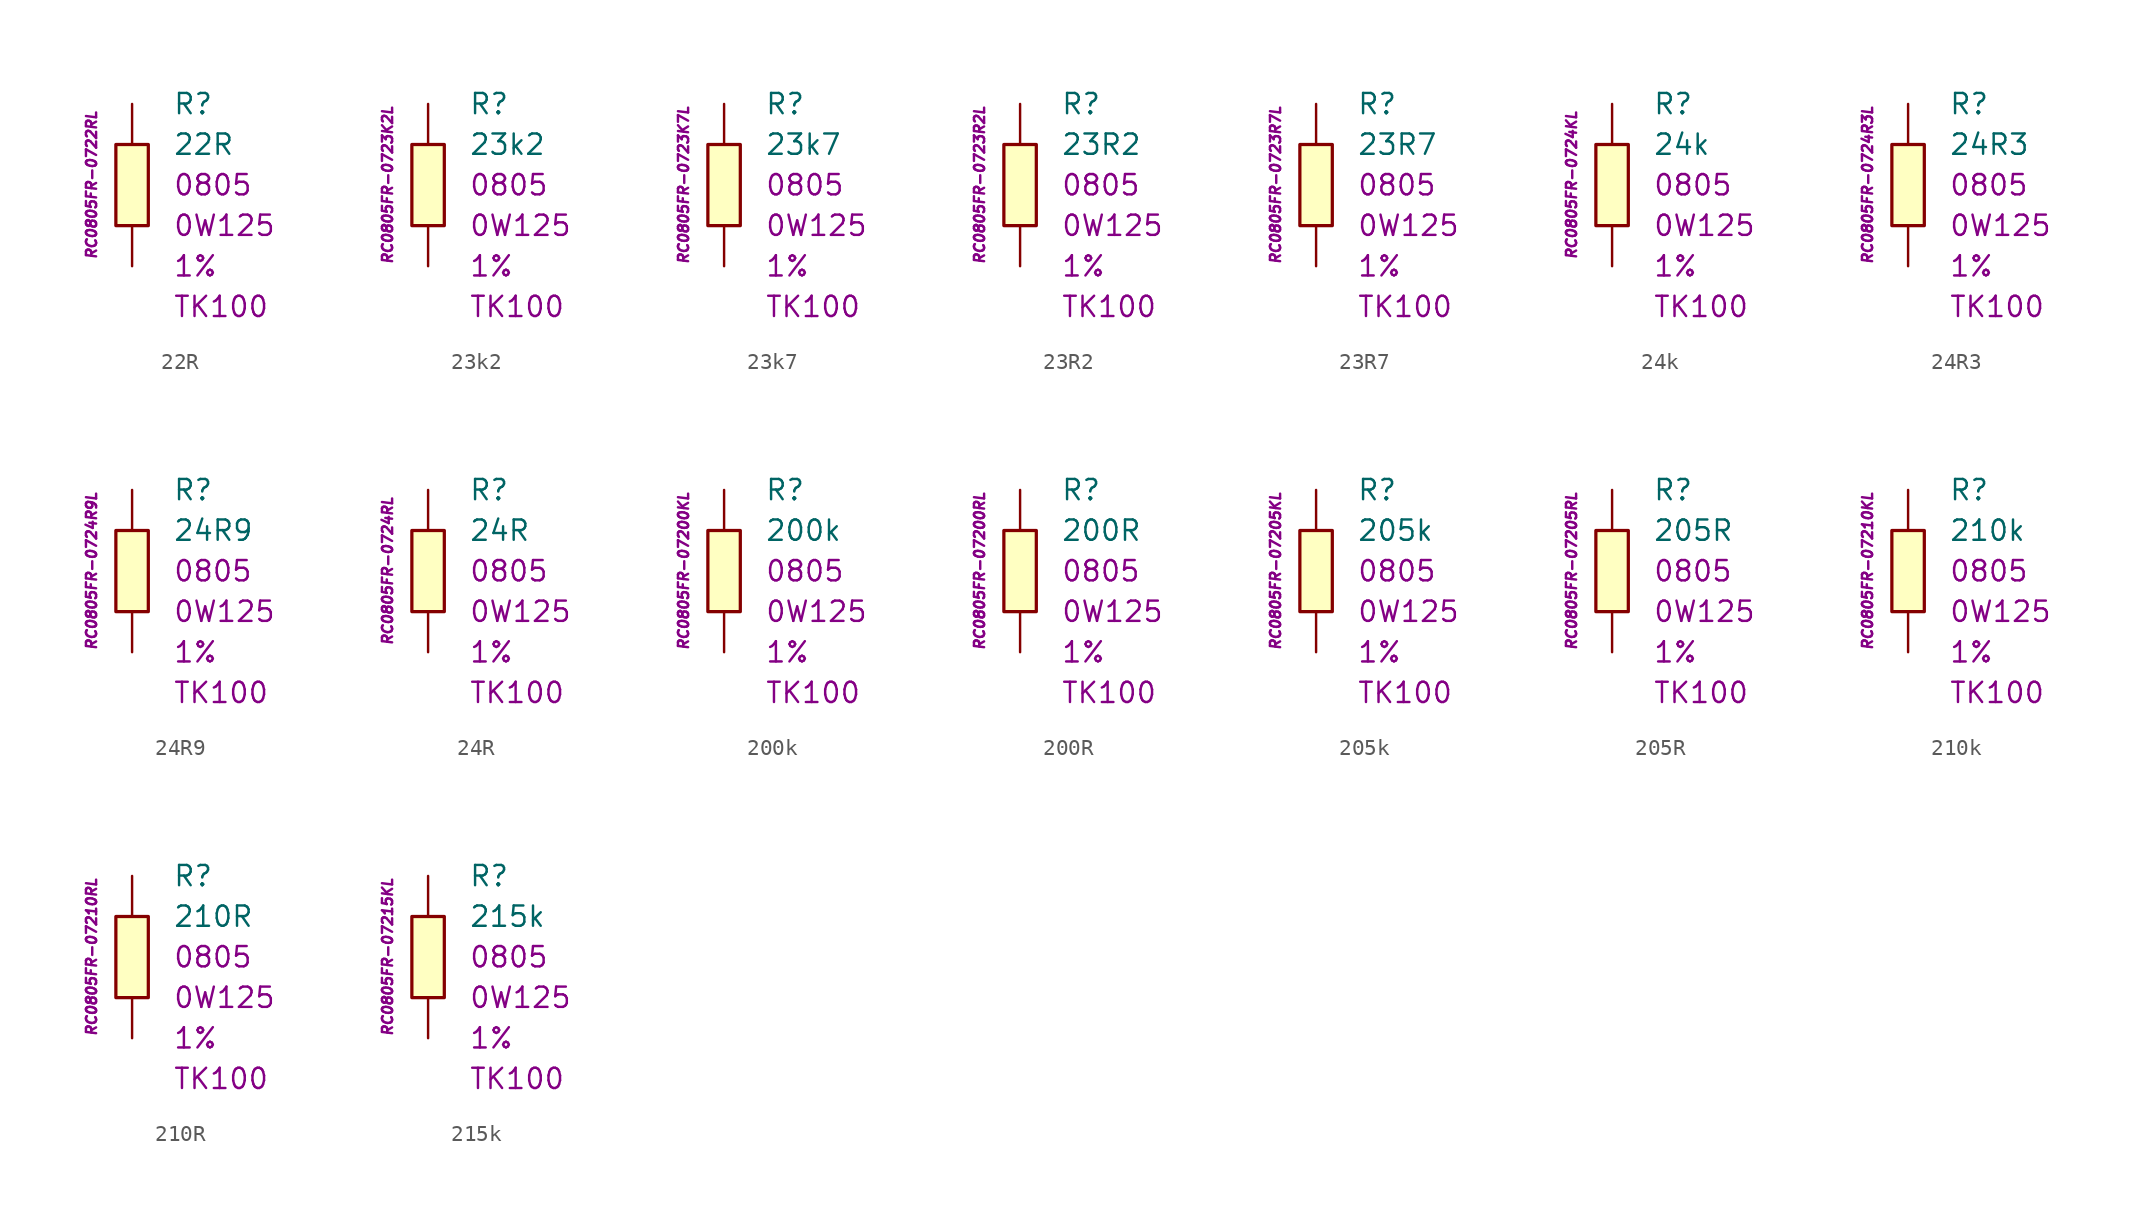
<source format=kicad_sym>
(kicad_symbol_lib
  (version 20201005)
  (generator kicad_symbol_editor)
  (symbol "22R"
    (pin_numbers hide)
    (pin_names
      (offset 1.016) hide)
    (property "Reference" "R"
      (at 2.54 5.08 0)
      (effects (font (size 1.27 1.27)) (justify left)))
    (property "Value" "22R"
      (at 2.54 2.54 0)
      (effects (font (size 1.27 1.27)) (justify left)))
    (property "Package" "0805"
      (at 2.54 0 0)
      (effects (font (size 1.27 1.27)) (justify left)))
    (property "Power" "0W125"
      (at 2.54 -2.54 0)
      (effects (font (size 1.27 1.27)) (justify left)))
    (property "Tolerance" "1%"
      (at 2.54 -5.08 0)
      (effects (font (size 1.27 1.27)) (justify left)))
    (property "TK" "TK100"
      (at 2.54 -7.62 0)
      (effects (font (size 1.27 1.27)) (justify left)))
    (property "ID" "RC0805FR-0722RL"
      (at -2.54 0 90)
      (effects (font (size 0.635 0.635) italic)))
    (symbol "22R_0_1"
      (rectangle (start -1.016 2.54) (end 1.016 -2.54) (stroke (width 0.203)) (fill (type background))))
    (symbol "22R_1_1"
      (pin passive line (at 0 5.08 270) (length 2.54) (name "~" (effects (font (size 1.778 1.778)))) (number "1" (effects (font (size 1.778 1.778)))))
      (pin passive line (at 0 -5.08 90) (length 2.54) (name "~" (effects (font (size 1.778 1.778)))) (number "2" (effects (font (size 1.778 1.778)))))))
  (symbol "23k2"
    (pin_numbers hide)
    (pin_names
      (offset 1.016) hide)
    (property "Reference" "R"
      (at 2.54 5.08 0)
      (effects (font (size 1.27 1.27)) (justify left)))
    (property "Value" "23k2"
      (at 2.54 2.54 0)
      (effects (font (size 1.27 1.27)) (justify left)))
    (property "Package" "0805"
      (at 2.54 0 0)
      (effects (font (size 1.27 1.27)) (justify left)))
    (property "Power" "0W125"
      (at 2.54 -2.54 0)
      (effects (font (size 1.27 1.27)) (justify left)))
    (property "Tolerance" "1%"
      (at 2.54 -5.08 0)
      (effects (font (size 1.27 1.27)) (justify left)))
    (property "TK" "TK100"
      (at 2.54 -7.62 0)
      (effects (font (size 1.27 1.27)) (justify left)))
    (property "ID" "RC0805FR-0723K2L"
      (at -2.54 0 90)
      (effects (font (size 0.635 0.635) italic)))
    (symbol "23k2_0_1"
      (rectangle (start -1.016 2.54) (end 1.016 -2.54) (stroke (width 0.203)) (fill (type background))))
    (symbol "23k2_1_1"
      (pin passive line (at 0 5.08 270) (length 2.54) (name "~" (effects (font (size 1.778 1.778)))) (number "1" (effects (font (size 1.778 1.778)))))
      (pin passive line (at 0 -5.08 90) (length 2.54) (name "~" (effects (font (size 1.778 1.778)))) (number "2" (effects (font (size 1.778 1.778)))))))
  (symbol "23k7"
    (pin_numbers hide)
    (pin_names
      (offset 1.016) hide)
    (property "Reference" "R"
      (at 2.54 5.08 0)
      (effects (font (size 1.27 1.27)) (justify left)))
    (property "Value" "23k7"
      (at 2.54 2.54 0)
      (effects (font (size 1.27 1.27)) (justify left)))
    (property "Package" "0805"
      (at 2.54 0 0)
      (effects (font (size 1.27 1.27)) (justify left)))
    (property "Power" "0W125"
      (at 2.54 -2.54 0)
      (effects (font (size 1.27 1.27)) (justify left)))
    (property "Tolerance" "1%"
      (at 2.54 -5.08 0)
      (effects (font (size 1.27 1.27)) (justify left)))
    (property "TK" "TK100"
      (at 2.54 -7.62 0)
      (effects (font (size 1.27 1.27)) (justify left)))
    (property "ID" "RC0805FR-0723K7L"
      (at -2.54 0 90)
      (effects (font (size 0.635 0.635) italic)))
    (symbol "23k7_0_1"
      (rectangle (start -1.016 2.54) (end 1.016 -2.54) (stroke (width 0.203)) (fill (type background))))
    (symbol "23k7_1_1"
      (pin passive line (at 0 5.08 270) (length 2.54) (name "~" (effects (font (size 1.778 1.778)))) (number "1" (effects (font (size 1.778 1.778)))))
      (pin passive line (at 0 -5.08 90) (length 2.54) (name "~" (effects (font (size 1.778 1.778)))) (number "2" (effects (font (size 1.778 1.778)))))))
  (symbol "23R2"
    (pin_numbers hide)
    (pin_names
      (offset 1.016) hide)
    (property "Reference" "R"
      (at 2.54 5.08 0)
      (effects (font (size 1.27 1.27)) (justify left)))
    (property "Value" "23R2"
      (at 2.54 2.54 0)
      (effects (font (size 1.27 1.27)) (justify left)))
    (property "Package" "0805"
      (at 2.54 0 0)
      (effects (font (size 1.27 1.27)) (justify left)))
    (property "Power" "0W125"
      (at 2.54 -2.54 0)
      (effects (font (size 1.27 1.27)) (justify left)))
    (property "Tolerance" "1%"
      (at 2.54 -5.08 0)
      (effects (font (size 1.27 1.27)) (justify left)))
    (property "TK" "TK100"
      (at 2.54 -7.62 0)
      (effects (font (size 1.27 1.27)) (justify left)))
    (property "ID" "RC0805FR-0723R2L"
      (at -2.54 0 90)
      (effects (font (size 0.635 0.635) italic)))
    (symbol "23R2_0_1"
      (rectangle (start -1.016 2.54) (end 1.016 -2.54) (stroke (width 0.203)) (fill (type background))))
    (symbol "23R2_1_1"
      (pin passive line (at 0 5.08 270) (length 2.54) (name "~" (effects (font (size 1.778 1.778)))) (number "1" (effects (font (size 1.778 1.778)))))
      (pin passive line (at 0 -5.08 90) (length 2.54) (name "~" (effects (font (size 1.778 1.778)))) (number "2" (effects (font (size 1.778 1.778)))))))
  (symbol "23R7"
    (pin_numbers hide)
    (pin_names
      (offset 1.016) hide)
    (property "Reference" "R"
      (at 2.54 5.08 0)
      (effects (font (size 1.27 1.27)) (justify left)))
    (property "Value" "23R7"
      (at 2.54 2.54 0)
      (effects (font (size 1.27 1.27)) (justify left)))
    (property "Package" "0805"
      (at 2.54 0 0)
      (effects (font (size 1.27 1.27)) (justify left)))
    (property "Power" "0W125"
      (at 2.54 -2.54 0)
      (effects (font (size 1.27 1.27)) (justify left)))
    (property "Tolerance" "1%"
      (at 2.54 -5.08 0)
      (effects (font (size 1.27 1.27)) (justify left)))
    (property "TK" "TK100"
      (at 2.54 -7.62 0)
      (effects (font (size 1.27 1.27)) (justify left)))
    (property "ID" "RC0805FR-0723R7L"
      (at -2.54 0 90)
      (effects (font (size 0.635 0.635) italic)))
    (symbol "23R7_0_1"
      (rectangle (start -1.016 2.54) (end 1.016 -2.54) (stroke (width 0.203)) (fill (type background))))
    (symbol "23R7_1_1"
      (pin passive line (at 0 5.08 270) (length 2.54) (name "~" (effects (font (size 1.778 1.778)))) (number "1" (effects (font (size 1.778 1.778)))))
      (pin passive line (at 0 -5.08 90) (length 2.54) (name "~" (effects (font (size 1.778 1.778)))) (number "2" (effects (font (size 1.778 1.778)))))))
  (symbol "24k"
    (pin_numbers hide)
    (pin_names
      (offset 1.016) hide)
    (property "Reference" "R"
      (at 2.54 5.08 0)
      (effects (font (size 1.27 1.27)) (justify left)))
    (property "Value" "24k"
      (at 2.54 2.54 0)
      (effects (font (size 1.27 1.27)) (justify left)))
    (property "Package" "0805"
      (at 2.54 0 0)
      (effects (font (size 1.27 1.27)) (justify left)))
    (property "Power" "0W125"
      (at 2.54 -2.54 0)
      (effects (font (size 1.27 1.27)) (justify left)))
    (property "Tolerance" "1%"
      (at 2.54 -5.08 0)
      (effects (font (size 1.27 1.27)) (justify left)))
    (property "TK" "TK100"
      (at 2.54 -7.62 0)
      (effects (font (size 1.27 1.27)) (justify left)))
    (property "ID" "RC0805FR-0724KL"
      (at -2.54 0 90)
      (effects (font (size 0.635 0.635) italic)))
    (symbol "24k_0_1"
      (rectangle (start -1.016 2.54) (end 1.016 -2.54) (stroke (width 0.203)) (fill (type background))))
    (symbol "24k_1_1"
      (pin passive line (at 0 5.08 270) (length 2.54) (name "~" (effects (font (size 1.778 1.778)))) (number "1" (effects (font (size 1.778 1.778)))))
      (pin passive line (at 0 -5.08 90) (length 2.54) (name "~" (effects (font (size 1.778 1.778)))) (number "2" (effects (font (size 1.778 1.778)))))))
  (symbol "24R3"
    (pin_numbers hide)
    (pin_names
      (offset 1.016) hide)
    (property "Reference" "R"
      (at 2.54 5.08 0)
      (effects (font (size 1.27 1.27)) (justify left)))
    (property "Value" "24R3"
      (at 2.54 2.54 0)
      (effects (font (size 1.27 1.27)) (justify left)))
    (property "Package" "0805"
      (at 2.54 0 0)
      (effects (font (size 1.27 1.27)) (justify left)))
    (property "Power" "0W125"
      (at 2.54 -2.54 0)
      (effects (font (size 1.27 1.27)) (justify left)))
    (property "Tolerance" "1%"
      (at 2.54 -5.08 0)
      (effects (font (size 1.27 1.27)) (justify left)))
    (property "TK" "TK100"
      (at 2.54 -7.62 0)
      (effects (font (size 1.27 1.27)) (justify left)))
    (property "ID" "RC0805FR-0724R3L"
      (at -2.54 0 90)
      (effects (font (size 0.635 0.635) italic)))
    (symbol "24R3_0_1"
      (rectangle (start -1.016 2.54) (end 1.016 -2.54) (stroke (width 0.203)) (fill (type background))))
    (symbol "24R3_1_1"
      (pin passive line (at 0 5.08 270) (length 2.54) (name "~" (effects (font (size 1.778 1.778)))) (number "1" (effects (font (size 1.778 1.778)))))
      (pin passive line (at 0 -5.08 90) (length 2.54) (name "~" (effects (font (size 1.778 1.778)))) (number "2" (effects (font (size 1.778 1.778)))))))
  (symbol "24R9"
    (pin_numbers hide)
    (pin_names
      (offset 1.016) hide)
    (property "Reference" "R"
      (at 2.54 5.08 0)
      (effects (font (size 1.27 1.27)) (justify left)))
    (property "Value" "24R9"
      (at 2.54 2.54 0)
      (effects (font (size 1.27 1.27)) (justify left)))
    (property "Package" "0805"
      (at 2.54 0 0)
      (effects (font (size 1.27 1.27)) (justify left)))
    (property "Power" "0W125"
      (at 2.54 -2.54 0)
      (effects (font (size 1.27 1.27)) (justify left)))
    (property "Tolerance" "1%"
      (at 2.54 -5.08 0)
      (effects (font (size 1.27 1.27)) (justify left)))
    (property "TK" "TK100"
      (at 2.54 -7.62 0)
      (effects (font (size 1.27 1.27)) (justify left)))
    (property "ID" "RC0805FR-0724R9L"
      (at -2.54 0 90)
      (effects (font (size 0.635 0.635) italic)))
    (symbol "24R9_0_1"
      (rectangle (start -1.016 2.54) (end 1.016 -2.54) (stroke (width 0.203)) (fill (type background))))
    (symbol "24R9_1_1"
      (pin passive line (at 0 5.08 270) (length 2.54) (name "~" (effects (font (size 1.778 1.778)))) (number "1" (effects (font (size 1.778 1.778)))))
      (pin passive line (at 0 -5.08 90) (length 2.54) (name "~" (effects (font (size 1.778 1.778)))) (number "2" (effects (font (size 1.778 1.778)))))))
  (symbol "24R"
    (pin_numbers hide)
    (pin_names
      (offset 1.016) hide)
    (property "Reference" "R"
      (at 2.54 5.08 0)
      (effects (font (size 1.27 1.27)) (justify left)))
    (property "Value" "24R"
      (at 2.54 2.54 0)
      (effects (font (size 1.27 1.27)) (justify left)))
    (property "Package" "0805"
      (at 2.54 0 0)
      (effects (font (size 1.27 1.27)) (justify left)))
    (property "Power" "0W125"
      (at 2.54 -2.54 0)
      (effects (font (size 1.27 1.27)) (justify left)))
    (property "Tolerance" "1%"
      (at 2.54 -5.08 0)
      (effects (font (size 1.27 1.27)) (justify left)))
    (property "TK" "TK100"
      (at 2.54 -7.62 0)
      (effects (font (size 1.27 1.27)) (justify left)))
    (property "ID" "RC0805FR-0724RL"
      (at -2.54 0 90)
      (effects (font (size 0.635 0.635) italic)))
    (symbol "24R_0_1"
      (rectangle (start -1.016 2.54) (end 1.016 -2.54) (stroke (width 0.203)) (fill (type background))))
    (symbol "24R_1_1"
      (pin passive line (at 0 5.08 270) (length 2.54) (name "~" (effects (font (size 1.778 1.778)))) (number "1" (effects (font (size 1.778 1.778)))))
      (pin passive line (at 0 -5.08 90) (length 2.54) (name "~" (effects (font (size 1.778 1.778)))) (number "2" (effects (font (size 1.778 1.778)))))))
  (symbol "200k"
    (pin_numbers hide)
    (pin_names
      (offset 1.016) hide)
    (property "Reference" "R"
      (at 2.54 5.08 0)
      (effects (font (size 1.27 1.27)) (justify left)))
    (property "Value" "200k"
      (at 2.54 2.54 0)
      (effects (font (size 1.27 1.27)) (justify left)))
    (property "Package" "0805"
      (at 2.54 0 0)
      (effects (font (size 1.27 1.27)) (justify left)))
    (property "Power" "0W125"
      (at 2.54 -2.54 0)
      (effects (font (size 1.27 1.27)) (justify left)))
    (property "Tolerance" "1%"
      (at 2.54 -5.08 0)
      (effects (font (size 1.27 1.27)) (justify left)))
    (property "TK" "TK100"
      (at 2.54 -7.62 0)
      (effects (font (size 1.27 1.27)) (justify left)))
    (property "ID" "RC0805FR-07200KL"
      (at -2.54 0 90)
      (effects (font (size 0.635 0.635) italic)))
    (symbol "200k_0_1"
      (rectangle (start -1.016 2.54) (end 1.016 -2.54) (stroke (width 0.203)) (fill (type background))))
    (symbol "200k_1_1"
      (pin passive line (at 0 5.08 270) (length 2.54) (name "~" (effects (font (size 1.778 1.778)))) (number "1" (effects (font (size 1.778 1.778)))))
      (pin passive line (at 0 -5.08 90) (length 2.54) (name "~" (effects (font (size 1.778 1.778)))) (number "2" (effects (font (size 1.778 1.778)))))))
  (symbol "200R"
    (pin_numbers hide)
    (pin_names
      (offset 1.016) hide)
    (property "Reference" "R"
      (at 2.54 5.08 0)
      (effects (font (size 1.27 1.27)) (justify left)))
    (property "Value" "200R"
      (at 2.54 2.54 0)
      (effects (font (size 1.27 1.27)) (justify left)))
    (property "Package" "0805"
      (at 2.54 0 0)
      (effects (font (size 1.27 1.27)) (justify left)))
    (property "Power" "0W125"
      (at 2.54 -2.54 0)
      (effects (font (size 1.27 1.27)) (justify left)))
    (property "Tolerance" "1%"
      (at 2.54 -5.08 0)
      (effects (font (size 1.27 1.27)) (justify left)))
    (property "TK" "TK100"
      (at 2.54 -7.62 0)
      (effects (font (size 1.27 1.27)) (justify left)))
    (property "ID" "RC0805FR-07200RL"
      (at -2.54 0 90)
      (effects (font (size 0.635 0.635) italic)))
    (symbol "200R_0_1"
      (rectangle (start -1.016 2.54) (end 1.016 -2.54) (stroke (width 0.203)) (fill (type background))))
    (symbol "200R_1_1"
      (pin passive line (at 0 5.08 270) (length 2.54) (name "~" (effects (font (size 1.778 1.778)))) (number "1" (effects (font (size 1.778 1.778)))))
      (pin passive line (at 0 -5.08 90) (length 2.54) (name "~" (effects (font (size 1.778 1.778)))) (number "2" (effects (font (size 1.778 1.778)))))))
  (symbol "205k"
    (pin_numbers hide)
    (pin_names
      (offset 1.016) hide)
    (property "Reference" "R"
      (at 2.54 5.08 0)
      (effects (font (size 1.27 1.27)) (justify left)))
    (property "Value" "205k"
      (at 2.54 2.54 0)
      (effects (font (size 1.27 1.27)) (justify left)))
    (property "Package" "0805"
      (at 2.54 0 0)
      (effects (font (size 1.27 1.27)) (justify left)))
    (property "Power" "0W125"
      (at 2.54 -2.54 0)
      (effects (font (size 1.27 1.27)) (justify left)))
    (property "Tolerance" "1%"
      (at 2.54 -5.08 0)
      (effects (font (size 1.27 1.27)) (justify left)))
    (property "TK" "TK100"
      (at 2.54 -7.62 0)
      (effects (font (size 1.27 1.27)) (justify left)))
    (property "ID" "RC0805FR-07205KL"
      (at -2.54 0 90)
      (effects (font (size 0.635 0.635) italic)))
    (symbol "205k_0_1"
      (rectangle (start -1.016 2.54) (end 1.016 -2.54) (stroke (width 0.203)) (fill (type background))))
    (symbol "205k_1_1"
      (pin passive line (at 0 5.08 270) (length 2.54) (name "~" (effects (font (size 1.778 1.778)))) (number "1" (effects (font (size 1.778 1.778)))))
      (pin passive line (at 0 -5.08 90) (length 2.54) (name "~" (effects (font (size 1.778 1.778)))) (number "2" (effects (font (size 1.778 1.778)))))))
  (symbol "205R"
    (pin_numbers hide)
    (pin_names
      (offset 1.016) hide)
    (property "Reference" "R"
      (at 2.54 5.08 0)
      (effects (font (size 1.27 1.27)) (justify left)))
    (property "Value" "205R"
      (at 2.54 2.54 0)
      (effects (font (size 1.27 1.27)) (justify left)))
    (property "Package" "0805"
      (at 2.54 0 0)
      (effects (font (size 1.27 1.27)) (justify left)))
    (property "Power" "0W125"
      (at 2.54 -2.54 0)
      (effects (font (size 1.27 1.27)) (justify left)))
    (property "Tolerance" "1%"
      (at 2.54 -5.08 0)
      (effects (font (size 1.27 1.27)) (justify left)))
    (property "TK" "TK100"
      (at 2.54 -7.62 0)
      (effects (font (size 1.27 1.27)) (justify left)))
    (property "ID" "RC0805FR-07205RL"
      (at -2.54 0 90)
      (effects (font (size 0.635 0.635) italic)))
    (symbol "205R_0_1"
      (rectangle (start -1.016 2.54) (end 1.016 -2.54) (stroke (width 0.203)) (fill (type background))))
    (symbol "205R_1_1"
      (pin passive line (at 0 5.08 270) (length 2.54) (name "~" (effects (font (size 1.778 1.778)))) (number "1" (effects (font (size 1.778 1.778)))))
      (pin passive line (at 0 -5.08 90) (length 2.54) (name "~" (effects (font (size 1.778 1.778)))) (number "2" (effects (font (size 1.778 1.778)))))))
  (symbol "210k"
    (pin_numbers hide)
    (pin_names
      (offset 1.016) hide)
    (property "Reference" "R"
      (at 2.54 5.08 0)
      (effects (font (size 1.27 1.27)) (justify left)))
    (property "Value" "210k"
      (at 2.54 2.54 0)
      (effects (font (size 1.27 1.27)) (justify left)))
    (property "Package" "0805"
      (at 2.54 0 0)
      (effects (font (size 1.27 1.27)) (justify left)))
    (property "Power" "0W125"
      (at 2.54 -2.54 0)
      (effects (font (size 1.27 1.27)) (justify left)))
    (property "Tolerance" "1%"
      (at 2.54 -5.08 0)
      (effects (font (size 1.27 1.27)) (justify left)))
    (property "TK" "TK100"
      (at 2.54 -7.62 0)
      (effects (font (size 1.27 1.27)) (justify left)))
    (property "ID" "RC0805FR-07210KL"
      (at -2.54 0 90)
      (effects (font (size 0.635 0.635) italic)))
    (symbol "210k_0_1"
      (rectangle (start -1.016 2.54) (end 1.016 -2.54) (stroke (width 0.203)) (fill (type background))))
    (symbol "210k_1_1"
      (pin passive line (at 0 5.08 270) (length 2.54) (name "~" (effects (font (size 1.778 1.778)))) (number "1" (effects (font (size 1.778 1.778)))))
      (pin passive line (at 0 -5.08 90) (length 2.54) (name "~" (effects (font (size 1.778 1.778)))) (number "2" (effects (font (size 1.778 1.778)))))))
  (symbol "210R"
    (pin_numbers hide)
    (pin_names
      (offset 1.016) hide)
    (property "Reference" "R"
      (at 2.54 5.08 0)
      (effects (font (size 1.27 1.27)) (justify left)))
    (property "Value" "210R"
      (at 2.54 2.54 0)
      (effects (font (size 1.27 1.27)) (justify left)))
    (property "Package" "0805"
      (at 2.54 0 0)
      (effects (font (size 1.27 1.27)) (justify left)))
    (property "Power" "0W125"
      (at 2.54 -2.54 0)
      (effects (font (size 1.27 1.27)) (justify left)))
    (property "Tolerance" "1%"
      (at 2.54 -5.08 0)
      (effects (font (size 1.27 1.27)) (justify left)))
    (property "TK" "TK100"
      (at 2.54 -7.62 0)
      (effects (font (size 1.27 1.27)) (justify left)))
    (property "ID" "RC0805FR-07210RL"
      (at -2.54 0 90)
      (effects (font (size 0.635 0.635) italic)))
    (symbol "210R_0_1"
      (rectangle (start -1.016 2.54) (end 1.016 -2.54) (stroke (width 0.203)) (fill (type background))))
    (symbol "210R_1_1"
      (pin passive line (at 0 5.08 270) (length 2.54) (name "~" (effects (font (size 1.778 1.778)))) (number "1" (effects (font (size 1.778 1.778)))))
      (pin passive line (at 0 -5.08 90) (length 2.54) (name "~" (effects (font (size 1.778 1.778)))) (number "2" (effects (font (size 1.778 1.778)))))))
  (symbol "215k"
    (pin_numbers hide)
    (pin_names
      (offset 1.016) hide)
    (property "Reference" "R"
      (at 2.54 5.08 0)
      (effects (font (size 1.27 1.27)) (justify left)))
    (property "Value" "215k"
      (at 2.54 2.54 0)
      (effects (font (size 1.27 1.27)) (justify left)))
    (property "Package" "0805"
      (at 2.54 0 0)
      (effects (font (size 1.27 1.27)) (justify left)))
    (property "Power" "0W125"
      (at 2.54 -2.54 0)
      (effects (font (size 1.27 1.27)) (justify left)))
    (property "Tolerance" "1%"
      (at 2.54 -5.08 0)
      (effects (font (size 1.27 1.27)) (justify left)))
    (property "TK" "TK100"
      (at 2.54 -7.62 0)
      (effects (font (size 1.27 1.27)) (justify left)))
    (property "ID" "RC0805FR-07215KL"
      (at -2.54 0 90)
      (effects (font (size 0.635 0.635) italic)))
    (symbol "215k_0_1"
      (rectangle (start -1.016 2.54) (end 1.016 -2.54) (stroke (width 0.203)) (fill (type background))))
    (symbol "215k_1_1"
      (pin passive line (at 0 5.08 270) (length 2.54) (name "~" (effects (font (size 1.778 1.778)))) (number "1" (effects (font (size 1.778 1.778)))))
      (pin passive line (at 0 -5.08 90) (length 2.54) (name "~" (effects (font (size 1.778 1.778)))) (number "2" (effects (font (size 1.778 1.778))))))))
</source>
